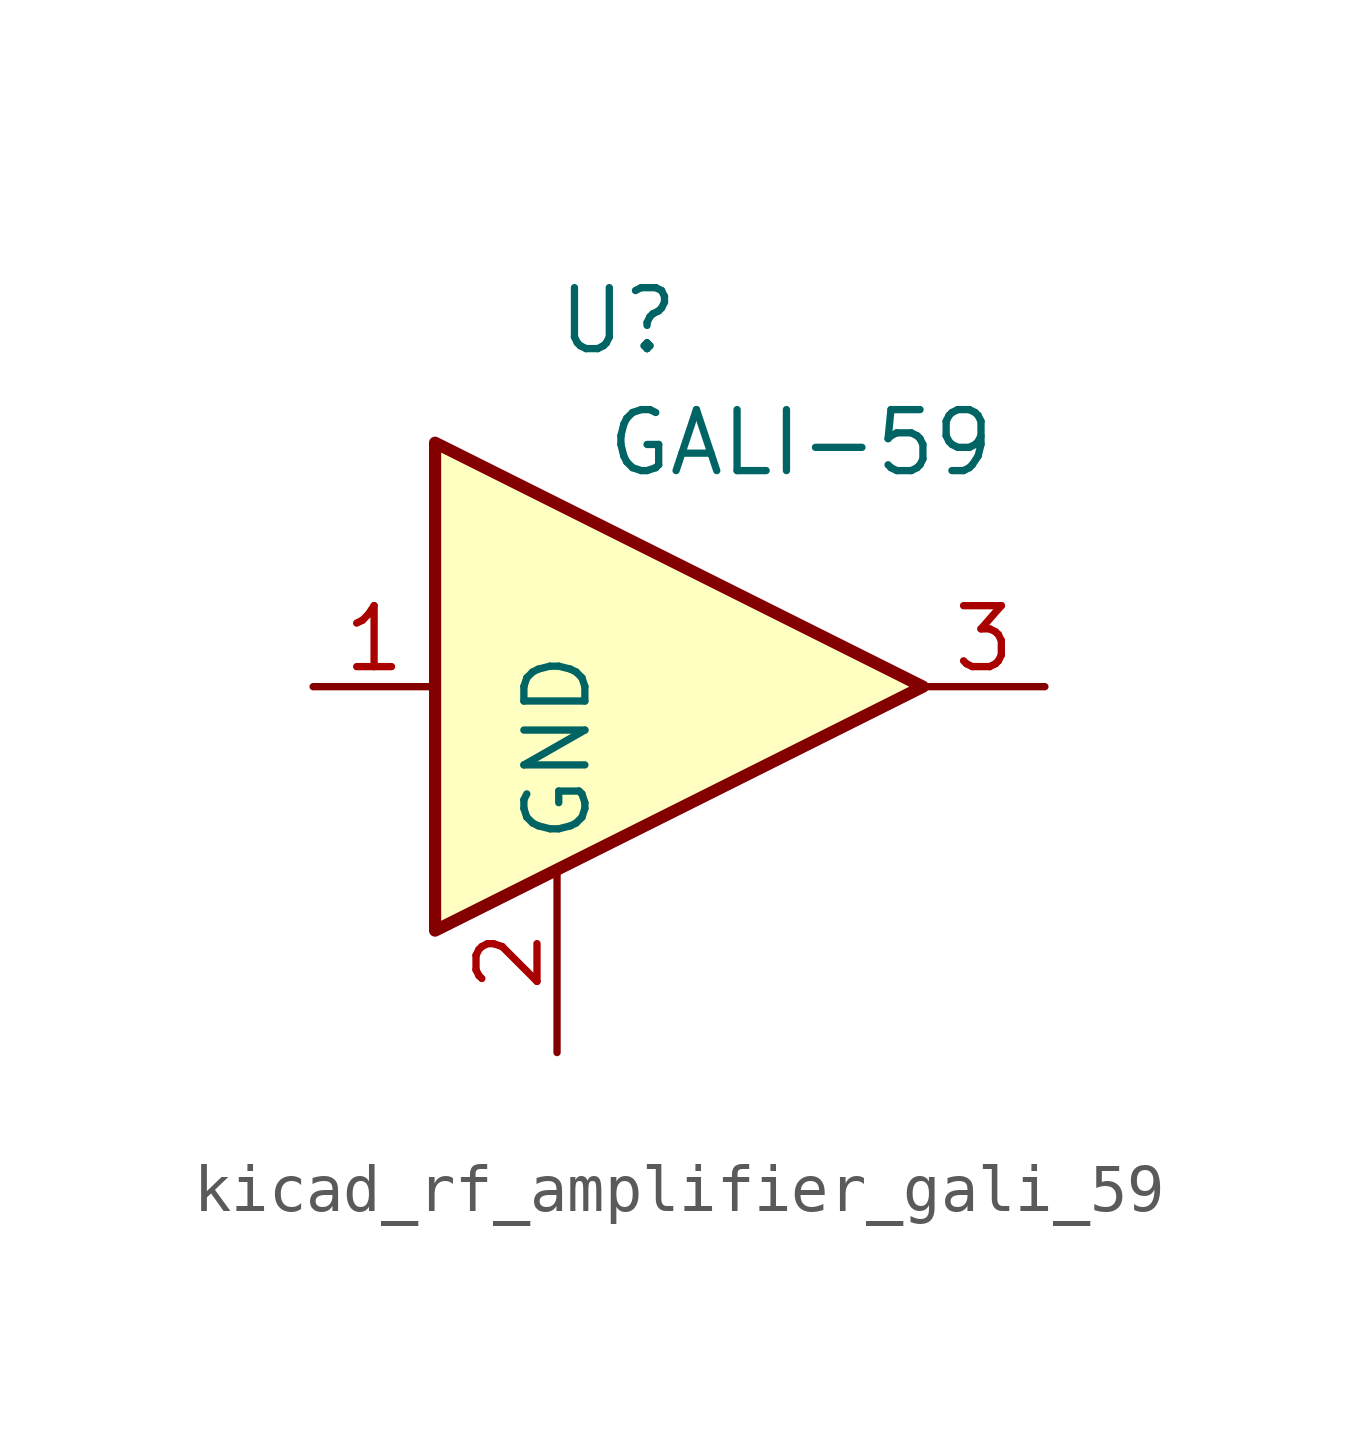
<source format=kicad_sym>
(kicad_symbol_lib
  (version 20220914)
  (generator kicad_symbol_editor)
  (symbol "kicad_rf_amplifier_gali_59"
    (property "Reference" "U"
      (at -1.27 7.62 0)
      (effects (font (size 1.27 1.27))))
    (property "Value" "GALI-59"
      (at 2.54 5.08 0)
      (effects (font (size 1.27 1.27))))
    (symbol "kicad_rf_amplifier_gali_59_0_1"
      (polyline (pts (xy 5.08 0) (xy -5.08 5.08) (xy -5.08 -5.08) (xy 5.08 0)) (stroke (width 0.254) (type default)) (fill (type background))))
    (symbol "kicad_rf_amplifier_gali_59_1_1"
      (pin input line (at -7.62 0 0) (length 2.54) (name "~" (effects (font (size 1.27 1.27)))) (number "1" (effects (font (size 1.27 1.27)))))
      (pin power_in line (at -2.54 -7.62 90) (length 3.81) (name "GND" (effects (font (size 1.27 1.27)))) (number "2" (effects (font (size 1.27 1.27)))))
      (pin output line (at 7.62 0 180) (length 2.54) (name "~" (effects (font (size 1.27 1.27)))) (number "3" (effects (font (size 1.27 1.27))))))))
</source>
